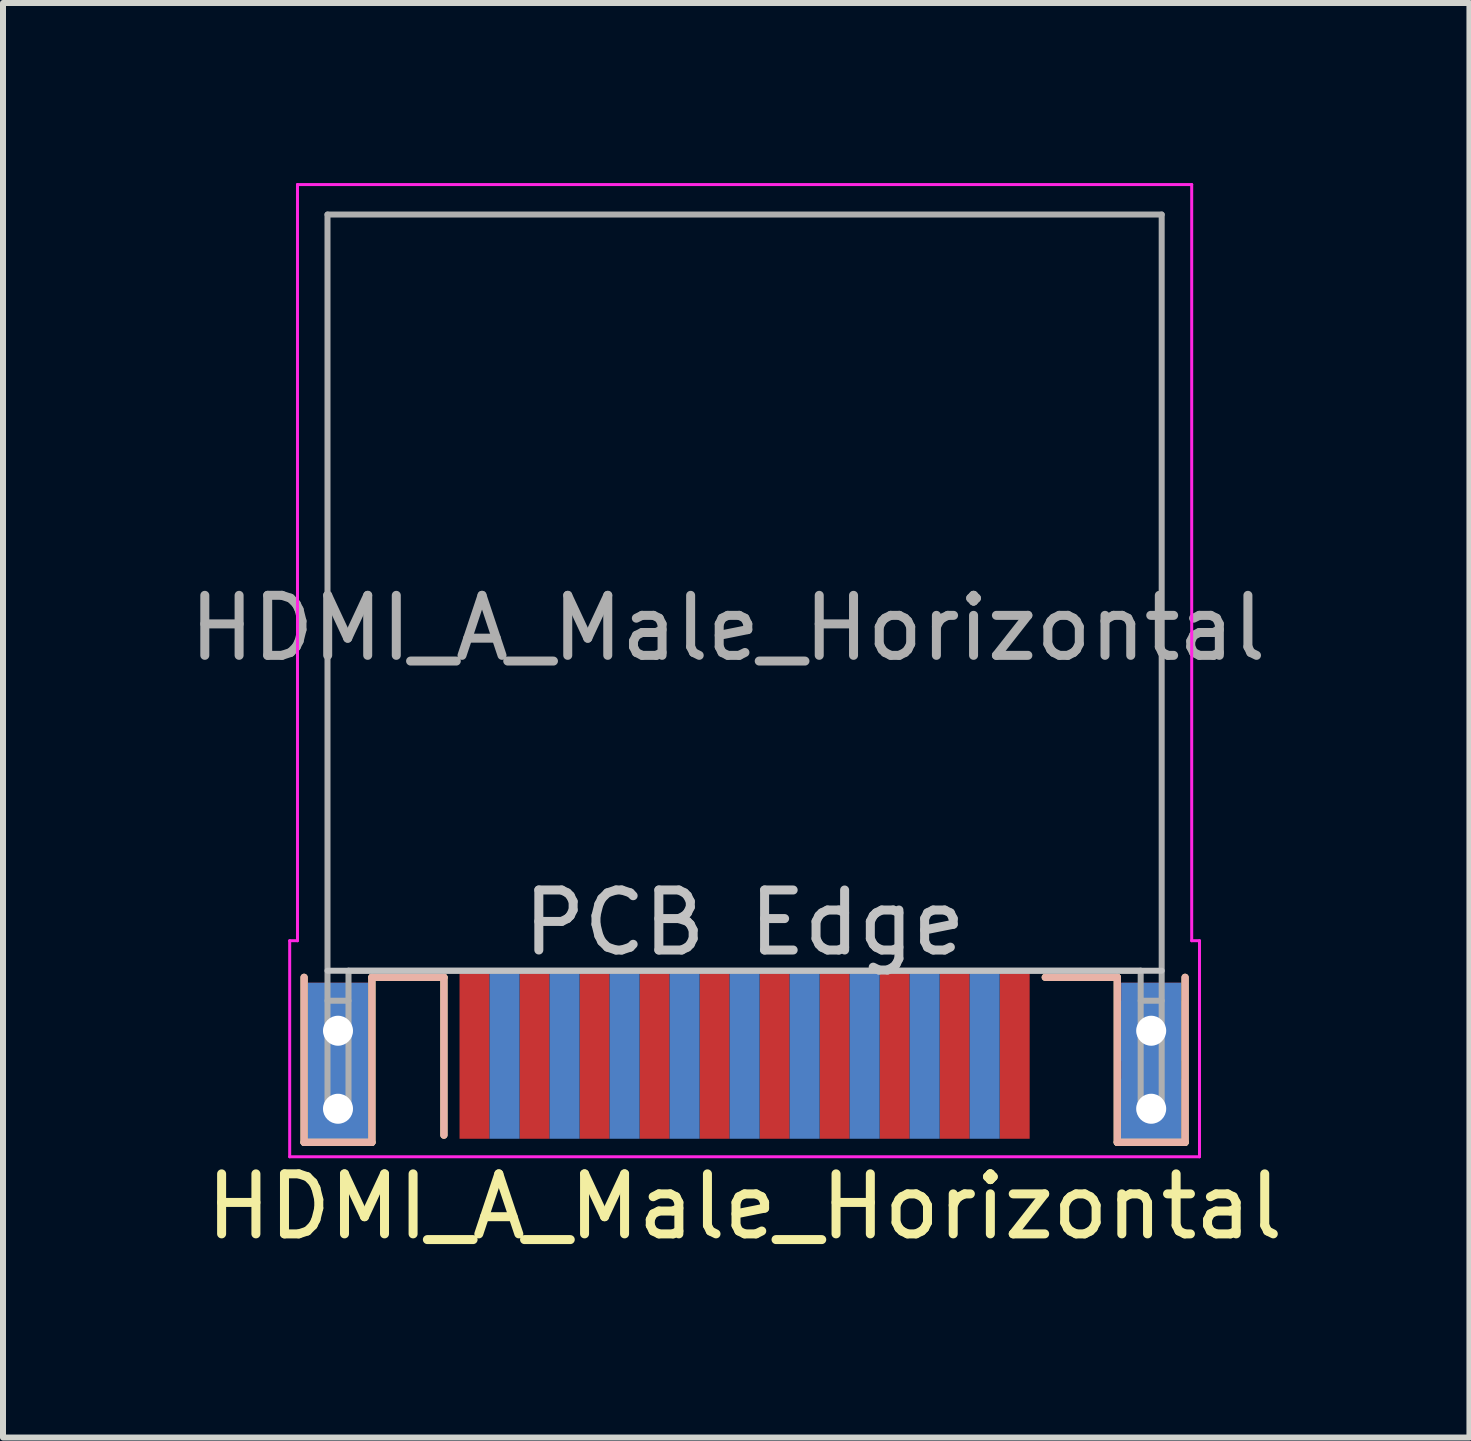
<source format=kicad_pcb>
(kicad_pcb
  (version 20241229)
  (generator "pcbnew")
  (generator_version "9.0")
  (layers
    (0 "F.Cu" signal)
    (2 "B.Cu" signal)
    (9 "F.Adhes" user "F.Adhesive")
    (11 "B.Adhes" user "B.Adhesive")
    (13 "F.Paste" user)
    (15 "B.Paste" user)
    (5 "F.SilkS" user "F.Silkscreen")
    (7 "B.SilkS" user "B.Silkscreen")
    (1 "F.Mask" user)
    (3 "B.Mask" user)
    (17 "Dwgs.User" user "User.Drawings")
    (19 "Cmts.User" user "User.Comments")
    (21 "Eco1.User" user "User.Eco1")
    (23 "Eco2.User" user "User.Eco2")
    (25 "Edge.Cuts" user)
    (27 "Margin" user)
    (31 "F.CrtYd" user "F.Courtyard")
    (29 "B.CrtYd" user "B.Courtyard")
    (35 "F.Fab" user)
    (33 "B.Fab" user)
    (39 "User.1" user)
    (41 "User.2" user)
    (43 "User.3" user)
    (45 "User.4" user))
  (footprint "HDMI_A_Male_Horizontal"
    (layer "F.Cu")
    (at 9.357 14.525)
    (property "Reference" "HDMI_A_Male_Horizontal" (at 0 2.53 0) (layer "F.SilkS") (effects (font (size 1 1) (thickness 0.15))))
    (attr smd)
    (fp_line (start -7.34 -1.29) (end -7.34 1.46) (stroke (width 0.12) (type solid)) (layer "F.SilkS"))
    (fp_line (start -7.34 1.46) (end -6.21 1.46) (stroke (width 0.12) (type solid)) (layer "F.SilkS"))
    (fp_line (start -6.21 -1.29) (end -5.01 -1.29) (stroke (width 0.12) (type solid)) (layer "F.SilkS"))
    (fp_line (start -6.21 1.46) (end -6.21 -1.29) (stroke (width 0.12) (type solid)) (layer "F.SilkS"))
    (fp_line (start -5.01 -1.29) (end -5.01 1.34) (stroke (width 0.12) (type solid)) (layer "F.SilkS"))
    (fp_line (start 6.21 -1.29) (end 5.01 -1.29) (stroke (width 0.12) (type solid)) (layer "F.SilkS"))
    (fp_line (start 6.21 1.46) (end 6.21 -1.29) (stroke (width 0.12) (type solid)) (layer "F.SilkS"))
    (fp_line (start 7.34 -1.29) (end 7.34 1.46) (stroke (width 0.12) (type solid)) (layer "F.SilkS"))
    (fp_line (start 7.34 1.46) (end 6.21 1.46) (stroke (width 0.12) (type solid)) (layer "F.SilkS"))
    (fp_line (start -7.34 -1.29) (end -7.34 1.46) (stroke (width 0.12) (type solid)) (layer "B.SilkS"))
    (fp_line (start -7.34 1.46) (end -6.21 1.46) (stroke (width 0.12) (type solid)) (layer "B.SilkS"))
    (fp_line (start -6.21 -1.29) (end -5.01 -1.29) (stroke (width 0.12) (type solid)) (layer "B.SilkS"))
    (fp_line (start -6.21 1.46) (end -6.21 -1.29) (stroke (width 0.12) (type solid)) (layer "B.SilkS"))
    (fp_line (start -5.01 -1.29) (end -5.01 1.34) (stroke (width 0.12) (type solid)) (layer "B.SilkS"))
    (fp_line (start 6.21 -1.29) (end 5.01 -1.29) (stroke (width 0.12) (type solid)) (layer "B.SilkS"))
    (fp_line (start 6.21 1.46) (end 6.21 -1.29) (stroke (width 0.12) (type solid)) (layer "B.SilkS"))
    (fp_line (start 7.34 -1.29) (end 7.34 1.46) (stroke (width 0.12) (type solid)) (layer "B.SilkS"))
    (fp_line (start 7.34 1.46) (end 6.21 1.46) (stroke (width 0.12) (type solid)) (layer "B.SilkS"))
    (fp_line (start -6.95 -1.4) (end 6.95 -1.4) (stroke (width 0.1) (type solid)) (layer "Dwgs.User"))
    (fp_line (start -7.58 -1.9) (end -7.58 1.7) (stroke (width 0.05) (type solid)) (layer "F.CrtYd"))
    (fp_line (start -7.45 -14.5) (end -7.45 -1.9) (stroke (width 0.05) (type solid)) (layer "F.CrtYd"))
    (fp_line (start -7.45 -14.5) (end 7.45 -14.5) (stroke (width 0.05) (type solid)) (layer "F.CrtYd"))
    (fp_line (start -7.45 -1.9) (end -7.58 -1.9) (stroke (width 0.05) (type solid)) (layer "F.CrtYd"))
    (fp_line (start 7.45 -14.5) (end 7.45 -1.9) (stroke (width 0.05) (type solid)) (layer "F.CrtYd"))
    (fp_line (start 7.45 -1.9) (end 7.58 -1.9) (stroke (width 0.05) (type solid)) (layer "F.CrtYd"))
    (fp_line (start 7.58 -1.9) (end 7.58 1.7) (stroke (width 0.05) (type solid)) (layer "F.CrtYd"))
    (fp_line (start 7.58 1.7) (end -7.58 1.7) (stroke (width 0.05) (type solid)) (layer "F.CrtYd"))
    (fp_line (start -6.95 -14) (end 6.95 -14) (stroke (width 0.1) (type solid)) (layer "F.Fab"))
    (fp_line (start -6.95 -0.9) (end -6.6 -0.9) (stroke (width 0.1) (type solid)) (layer "F.Fab"))
    (fp_line (start -6.95 0.9) (end -6.95 -14) (stroke (width 0.1) (type solid)) (layer "F.Fab"))
    (fp_line (start -6.6 -1.4) (end 6.6 -1.4) (stroke (width 0.1) (type solid)) (layer "F.Fab"))
    (fp_line (start -6.6 0.9) (end -6.6 -1.4) (stroke (width 0.1) (type solid)) (layer "F.Fab"))
    (fp_line (start 6.6 0.9) (end 6.6 -1.4) (stroke (width 0.1) (type solid)) (layer "F.Fab"))
    (fp_line (start 6.95 -0.9) (end 6.6 -0.9) (stroke (width 0.1) (type solid)) (layer "F.Fab"))
    (fp_line (start 6.95 0.9) (end 6.95 -14) (stroke (width 0.1) (type solid)) (layer "F.Fab"))
    (fp_text user "PCB Edge" (at 0 -2.2 0) (layer "Dwgs.User") (effects (font (size 1 1) (thickness 0.15))))
    (fp_text user "${REFERENCE}" (at -0.28 -7.11 0) (layer "F.Fab") (effects (font (size 1 1) (thickness 0.15))))
    (pad "1" smd rect (at -4.5 0) (size 0.5 2.8) (layers "F.Cu" "F.Mask" "F.Paste"))
    (pad "2" smd rect (at -4 0) (size 0.5 2.8) (layers "B.Cu" "B.Mask" "B.Paste"))
    (pad "3" smd rect (at -3.5 0) (size 0.5 2.8) (layers "F.Cu" "F.Mask" "F.Paste"))
    (pad "4" smd rect (at -3 0) (size 0.5 2.8) (layers "B.Cu" "B.Mask" "B.Paste"))
    (pad "5" smd rect (at -2.5 0) (size 0.5 2.8) (layers "F.Cu" "F.Mask" "F.Paste"))
    (pad "6" smd rect (at -2 0) (size 0.5 2.8) (layers "B.Cu" "B.Mask" "B.Paste"))
    (pad "7" smd rect (at -1.5 0) (size 0.5 2.8) (layers "F.Cu" "F.Mask" "F.Paste"))
    (pad "8" smd rect (at -1 0) (size 0.5 2.8) (layers "B.Cu" "B.Mask" "B.Paste"))
    (pad "9" smd rect (at -0.5 0) (size 0.5 2.8) (layers "F.Cu" "F.Mask" "F.Paste"))
    (pad "10" smd rect (at 0 0) (size 0.5 2.8) (layers "B.Cu" "B.Mask" "B.Paste"))
    (pad "11" smd rect (at 0.5 0) (size 0.5 2.8) (layers "F.Cu" "F.Mask" "F.Paste"))
    (pad "12" smd rect (at 1 0) (size 0.5 2.8) (layers "B.Cu" "B.Mask" "B.Paste"))
    (pad "13" smd rect (at 1.5 0) (size 0.5 2.8) (layers "F.Cu" "F.Mask" "F.Paste"))
    (pad "14" smd rect (at 2 0) (size 0.5 2.8) (layers "B.Cu" "B.Mask" "B.Paste"))
    (pad "15" smd rect (at 2.5 0) (size 0.5 2.8) (layers "F.Cu" "F.Mask" "F.Paste"))
    (pad "16" smd rect (at 3 0) (size 0.5 2.8) (layers "B.Cu" "B.Mask" "B.Paste"))
    (pad "17" smd rect (at 3.5 0) (size 0.5 2.8) (layers "F.Cu" "F.Mask" "F.Paste"))
    (pad "18" smd rect (at 4 0) (size 0.5 2.8) (layers "B.Cu" "B.Mask" "B.Paste"))
    (pad "19" smd rect (at 4.5 0) (size 0.5 2.8) (layers "F.Cu" "F.Mask" "F.Paste"))
    (pad "SH" thru_hole rect (at -6.775 -0.4) (size 1 1) (drill 0.5) (layers "*.Cu" "*.Paste" "*.Mask"))
    (pad "SH" smd rect (at -6.775 0.1) (size 1 2.6) (layers "F.Cu" "F.Mask" "F.Paste"))
    (pad "SH" smd rect (at -6.775 0.1) (size 1 2.6) (layers "B.Cu" "B.Mask" "B.Paste"))
    (pad "SH" thru_hole rect (at -6.775 0.9) (size 1 1) (drill 0.5) (layers "*.Cu" "*.Paste" "*.Mask"))
    (pad "SH" thru_hole rect (at 6.775 -0.4) (size 1 1) (drill 0.5) (layers "*.Cu" "*.Paste" "*.Mask"))
    (pad "SH" smd rect (at 6.775 0.1) (size 1 2.6) (layers "F.Cu" "F.Mask" "F.Paste"))
    (pad "SH" smd rect (at 6.775 0.1) (size 1 2.6) (layers "B.Cu" "B.Mask" "B.Paste"))
    (pad "SH" thru_hole rect (at 6.775 0.9) (size 1 1) (drill 0.5) (layers "*.Cu" "*.Paste" "*.Mask")))
  (gr_rect
    (start -3 -3)
    (end 21.435 20.903)
    (stroke (width 0.1) (type default))
    (fill no)
    (layer "Edge.Cuts")))
</source>
